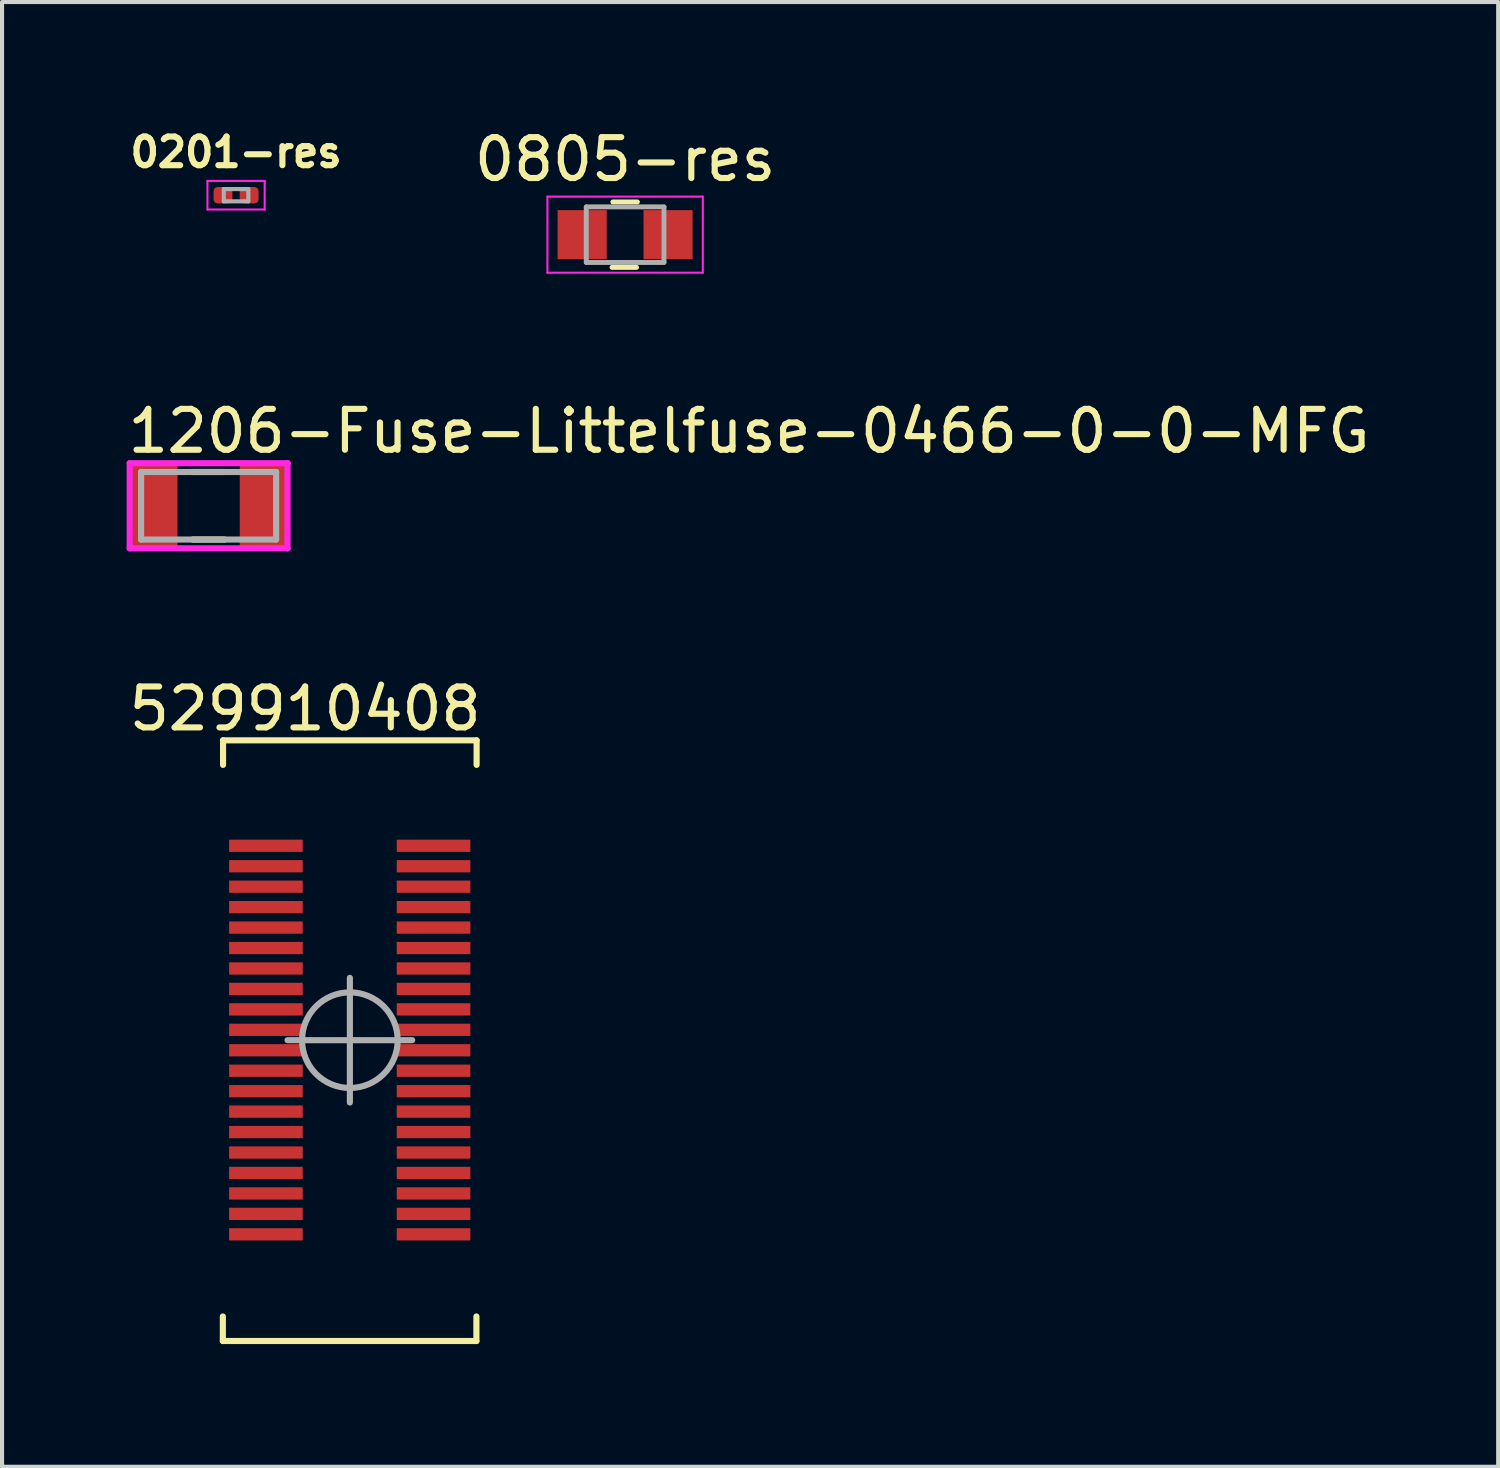
<source format=kicad_pcb>
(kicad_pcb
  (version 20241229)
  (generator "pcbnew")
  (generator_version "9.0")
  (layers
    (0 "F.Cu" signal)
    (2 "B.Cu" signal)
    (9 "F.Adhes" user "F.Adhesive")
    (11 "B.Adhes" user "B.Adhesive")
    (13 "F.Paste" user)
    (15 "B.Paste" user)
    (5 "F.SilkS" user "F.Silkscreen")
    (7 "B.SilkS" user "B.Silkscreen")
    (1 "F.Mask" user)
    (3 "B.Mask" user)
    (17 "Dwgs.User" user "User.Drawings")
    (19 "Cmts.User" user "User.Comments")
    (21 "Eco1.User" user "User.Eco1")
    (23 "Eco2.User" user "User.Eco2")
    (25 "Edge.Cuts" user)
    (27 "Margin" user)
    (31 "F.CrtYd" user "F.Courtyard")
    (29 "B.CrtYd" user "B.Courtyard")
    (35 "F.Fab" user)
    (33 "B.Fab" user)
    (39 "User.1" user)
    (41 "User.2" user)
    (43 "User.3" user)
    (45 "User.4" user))
  (footprint "0201-res"
    (layer "F.Cu")
    (at 2.722 1.723)
    (property "Reference" "0201-res" (at 0 -1.05 0) (layer "F.SilkS") (effects (font (size 0.7 0.7) (thickness 0.15))))
    (attr smd)
    (fp_line (start -0.7 -0.35) (end 0.7 -0.35) (stroke (width 0.05) (type solid)) (layer "F.CrtYd"))
    (fp_line (start -0.7 0.35) (end -0.7 -0.35) (stroke (width 0.05) (type solid)) (layer "F.CrtYd"))
    (fp_line (start 0.7 -0.35) (end 0.7 0.35) (stroke (width 0.05) (type solid)) (layer "F.CrtYd"))
    (fp_line (start 0.7 0.35) (end -0.7 0.35) (stroke (width 0.05) (type solid)) (layer "F.CrtYd"))
    (fp_line (start -0.3 -0.15) (end 0.3 -0.15) (stroke (width 0.1) (type solid)) (layer "F.Fab"))
    (fp_line (start -0.3 0.15) (end -0.3 -0.15) (stroke (width 0.1) (type solid)) (layer "F.Fab"))
    (fp_line (start 0.3 -0.15) (end 0.3 0.15) (stroke (width 0.1) (type solid)) (layer "F.Fab"))
    (fp_line (start 0.3 0.15) (end -0.3 0.15) (stroke (width 0.1) (type solid)) (layer "F.Fab"))
    (pad "" smd roundrect (at -0.345 0) (size 0.318 0.36) (layers "F.Paste") (roundrect_rratio 0.25))
    (pad "" smd roundrect (at 0.345 0) (size 0.318 0.36) (layers "F.Paste") (roundrect_rratio 0.25))
    (pad "1" smd roundrect (at -0.32 0) (size 0.46 0.4) (layers "F.Cu" "F.Mask") (roundrect_rratio 0.25))
    (pad "2" smd roundrect (at 0.32 0) (size 0.46 0.4) (layers "F.Cu" "F.Mask") (roundrect_rratio 0.25)))
  (footprint "529910408"
    (layer "F.Cu")
    (at 5.508 22.379)
    (property "Reference" "529910408" (at -1.097 -8.098 0) (layer "F.SilkS") (effects (font (size 1 1) (thickness 0.15))))
    (attr smd)
    (fp_line (start -3.109 7.361) (end -3.109 6.761) (stroke (width 0.15) (type solid)) (layer "F.SilkS"))
    (fp_line (start -3.104 -7.326) (end 3.096 -7.326) (stroke (width 0.15) (type solid)) (layer "F.SilkS"))
    (fp_line (start -3.104 -6.726) (end -3.104 -7.326) (stroke (width 0.15) (type solid)) (layer "F.SilkS"))
    (fp_line (start 3.091 6.761) (end 3.091 7.361) (stroke (width 0.15) (type solid)) (layer "F.SilkS"))
    (fp_line (start 3.091 7.361) (end -3.109 7.361) (stroke (width 0.15) (type solid)) (layer "F.SilkS"))
    (fp_line (start 3.096 -7.326) (end 3.096 -6.726) (stroke (width 0.15) (type solid)) (layer "F.SilkS"))
    (fp_line (start -0.003 0.005) (end -1.527 0.005) (stroke (width 0.15) (type solid)) (layer "F.Fab"))
    (fp_line (start -0.003 0.005) (end -0.003 -1.519) (stroke (width 0.15) (type solid)) (layer "F.Fab"))
    (fp_line (start -0.003 0.005) (end -0.003 1.529) (stroke (width 0.15) (type solid)) (layer "F.Fab"))
    (fp_line (start -0.003 0.005) (end 1.521 0.005) (stroke (width 0.15) (type solid)) (layer "F.Fab"))
    (fp_circle (center -0.003 0.005) (end 1.166 0.005) (stroke (width 0.15) (type solid)) (fill no) (layer "F.Fab"))
    (pad "1" smd rect (at -2.056 -4.748 90) (size 0.3 1.8) (layers "F.Cu" "F.Mask" "F.Paste"))
    (pad "2" smd rect (at -2.056 -4.248 90) (size 0.3 1.8) (layers "F.Cu" "F.Mask" "F.Paste"))
    (pad "3" smd rect (at -2.056 -3.748 90) (size 0.3 1.8) (layers "F.Cu" "F.Mask" "F.Paste"))
    (pad "4" smd rect (at -2.056 -3.248 90) (size 0.3 1.8) (layers "F.Cu" "F.Mask" "F.Paste"))
    (pad "5" smd rect (at -2.056 -2.748 90) (size 0.3 1.8) (layers "F.Cu" "F.Mask" "F.Paste"))
    (pad "6" smd rect (at -2.056 -2.248 90) (size 0.3 1.8) (layers "F.Cu" "F.Mask" "F.Paste"))
    (pad "7" smd rect (at -2.056 -1.748 90) (size 0.3 1.8) (layers "F.Cu" "F.Mask" "F.Paste"))
    (pad "8" smd rect (at -2.056 -1.248 90) (size 0.3 1.8) (layers "F.Cu" "F.Mask" "F.Paste"))
    (pad "9" smd rect (at -2.056 -0.748 90) (size 0.3 1.8) (layers "F.Cu" "F.Mask" "F.Paste"))
    (pad "10" smd rect (at -2.056 -0.248 90) (size 0.3 1.8) (layers "F.Cu" "F.Mask" "F.Paste"))
    (pad "11" smd rect (at -2.056 0.252 90) (size 0.3 1.8) (layers "F.Cu" "F.Mask" "F.Paste"))
    (pad "12" smd rect (at -2.056 0.752 90) (size 0.3 1.8) (layers "F.Cu" "F.Mask" "F.Paste"))
    (pad "13" smd rect (at -2.056 1.252 90) (size 0.3 1.8) (layers "F.Cu" "F.Mask" "F.Paste"))
    (pad "14" smd rect (at -2.056 1.752 90) (size 0.3 1.8) (layers "F.Cu" "F.Mask" "F.Paste"))
    (pad "15" smd rect (at -2.056 2.252 90) (size 0.3 1.8) (layers "F.Cu" "F.Mask" "F.Paste"))
    (pad "16" smd rect (at -2.056 2.752 90) (size 0.3 1.8) (layers "F.Cu" "F.Mask" "F.Paste"))
    (pad "17" smd rect (at -2.056 3.252 90) (size 0.3 1.8) (layers "F.Cu" "F.Mask" "F.Paste"))
    (pad "18" smd rect (at -2.056 3.752 90) (size 0.3 1.8) (layers "F.Cu" "F.Mask" "F.Paste"))
    (pad "19" smd rect (at -2.056 4.252 90) (size 0.3 1.8) (layers "F.Cu" "F.Mask" "F.Paste"))
    (pad "20" smd rect (at -2.056 4.752 90) (size 0.3 1.8) (layers "F.Cu" "F.Mask" "F.Paste"))
    (pad "21" smd rect (at 2.043 -4.748 90) (size 0.3 1.8) (layers "F.Cu" "F.Mask" "F.Paste"))
    (pad "22" smd rect (at 2.043 -4.248 90) (size 0.3 1.8) (layers "F.Cu" "F.Mask" "F.Paste"))
    (pad "23" smd rect (at 2.043 -3.748 90) (size 0.3 1.8) (layers "F.Cu" "F.Mask" "F.Paste"))
    (pad "24" smd rect (at 2.043 -3.248 90) (size 0.3 1.8) (layers "F.Cu" "F.Mask" "F.Paste"))
    (pad "25" smd rect (at 2.043 -2.748 90) (size 0.3 1.8) (layers "F.Cu" "F.Mask" "F.Paste"))
    (pad "26" smd rect (at 2.043 -2.248 90) (size 0.3 1.8) (layers "F.Cu" "F.Mask" "F.Paste"))
    (pad "27" smd rect (at 2.043 -1.748 90) (size 0.3 1.8) (layers "F.Cu" "F.Mask" "F.Paste"))
    (pad "28" smd rect (at 2.043 -1.248 90) (size 0.3 1.8) (layers "F.Cu" "F.Mask" "F.Paste"))
    (pad "29" smd rect (at 2.043 -0.748 90) (size 0.3 1.8) (layers "F.Cu" "F.Mask" "F.Paste"))
    (pad "30" smd rect (at 2.043 -0.248 90) (size 0.3 1.8) (layers "F.Cu" "F.Mask" "F.Paste"))
    (pad "31" smd rect (at 2.043 0.252 90) (size 0.3 1.8) (layers "F.Cu" "F.Mask" "F.Paste"))
    (pad "32" smd rect (at 2.043 0.752 90) (size 0.3 1.8) (layers "F.Cu" "F.Mask" "F.Paste"))
    (pad "33" smd rect (at 2.043 1.252 90) (size 0.3 1.8) (layers "F.Cu" "F.Mask" "F.Paste"))
    (pad "34" smd rect (at 2.043 1.752 90) (size 0.3 1.8) (layers "F.Cu" "F.Mask" "F.Paste"))
    (pad "35" smd rect (at 2.043 2.252 90) (size 0.3 1.8) (layers "F.Cu" "F.Mask" "F.Paste"))
    (pad "36" smd rect (at 2.043 2.752 90) (size 0.3 1.8) (layers "F.Cu" "F.Mask" "F.Paste"))
    (pad "37" smd rect (at 2.043 3.252 90) (size 0.3 1.8) (layers "F.Cu" "F.Mask" "F.Paste"))
    (pad "38" smd rect (at 2.043 3.752 90) (size 0.3 1.8) (layers "F.Cu" "F.Mask" "F.Paste"))
    (pad "39" smd rect (at 2.043 4.252 90) (size 0.3 1.8) (layers "F.Cu" "F.Mask" "F.Paste"))
    (pad "40" smd rect (at 2.043 4.752 90) (size 0.3 1.8) (layers "F.Cu" "F.Mask" "F.Paste")))
  (footprint "0805-res"
    (layer "F.Cu")
    (at 12.235 2.688)
    (property "Reference" "0805-res" (at 0 -1.84 0) (layer "F.SilkS") (effects (font (size 1 1) (thickness 0.15))))
    (attr smd)
    (fp_line (start -0.32 0.8) (end 0.28 0.8) (stroke (width 0.12) (type solid)) (layer "F.SilkS"))
    (fp_line (start -0.3 -0.8) (end 0.3 -0.8) (stroke (width 0.12) (type solid)) (layer "F.SilkS"))
    (fp_line (start -1.9 -0.93) (end 1.9 -0.93) (stroke (width 0.05) (type solid)) (layer "F.CrtYd"))
    (fp_line (start -1.9 0.93) (end -1.9 -0.93) (stroke (width 0.05) (type solid)) (layer "F.CrtYd"))
    (fp_line (start -1.9 0.93) (end 1.9 0.93) (stroke (width 0.05) (type solid)) (layer "F.CrtYd"))
    (fp_line (start 1.9 0.93) (end 1.9 -0.93) (stroke (width 0.05) (type solid)) (layer "F.CrtYd"))
    (fp_line (start -0.95 -0.68) (end 0.95 -0.68) (stroke (width 0.12) (type solid)) (layer "F.Fab"))
    (fp_line (start -0.95 -0.675) (end -0.95 0.675) (stroke (width 0.12) (type solid)) (layer "F.Fab"))
    (fp_line (start -0.95 0.68) (end 0.95 0.68) (stroke (width 0.12) (type solid)) (layer "F.Fab"))
    (fp_line (start 0.95 -0.675) (end 0.95 0.675) (stroke (width 0.12) (type solid)) (layer "F.Fab"))
    (pad "1" smd rect (at -1.05 0) (size 1.2 1.2) (layers "F.Cu" "F.Mask" "F.Paste"))
    (pad "2" smd rect (at 1.05 0) (size 1.2 1.2) (layers "F.Cu" "F.Mask" "F.Paste")))
  (footprint "1206-Fuse-Littelfuse-0466-0-0-MFG"
    (layer "F.Cu")
    (at 2.051 9.317)
    (property "Reference" "1206-Fuse-Littelfuse-0466-0-0-MFG" (at -2.051 -1.825 0) (layer "F.SilkS") (effects (font (size 1 1) (thickness 0.15)) (justify left)))
    (attr through_hole)
    (fp_line (start -0.387 -0.826) (end 0.387 -0.826) (stroke (width 0.15) (type solid)) (layer "F.SilkS"))
    (fp_line (start -0.387 0.826) (end 0.387 0.826) (stroke (width 0.15) (type solid)) (layer "F.SilkS"))
    (fp_line (start -1.93 -1.041) (end -1.93 1.041) (stroke (width 0.15) (type solid)) (layer "F.CrtYd"))
    (fp_line (start -1.93 1.041) (end 1.93 1.041) (stroke (width 0.15) (type solid)) (layer "F.CrtYd"))
    (fp_line (start 1.93 -1.041) (end -1.93 -1.041) (stroke (width 0.15) (type solid)) (layer "F.CrtYd"))
    (fp_line (start 1.93 -1.041) (end 1.93 -1.041) (stroke (width 0.15) (type solid)) (layer "F.CrtYd"))
    (fp_line (start 1.93 1.041) (end 1.93 -1.041) (stroke (width 0.15) (type solid)) (layer "F.CrtYd"))
    (fp_line (start -1.651 -0.826) (end 1.651 -0.826) (stroke (width 0.15) (type solid)) (layer "F.Fab"))
    (fp_line (start -1.651 0.826) (end -1.651 -0.826) (stroke (width 0.15) (type solid)) (layer "F.Fab"))
    (fp_line (start 1.651 -0.826) (end 1.651 0.826) (stroke (width 0.15) (type solid)) (layer "F.Fab"))
    (fp_line (start 1.651 0.826) (end -1.651 0.826) (stroke (width 0.15) (type solid)) (layer "F.Fab"))
    (pad "1" smd rect (at -1.333 0) (size 1.143 2.032) (layers "F.Cu" "F.Mask" "F.Paste"))
    (pad "2" smd rect (at 1.333 0) (size 1.143 2.032) (layers "F.Cu" "F.Mask" "F.Paste")))
  (gr_rect
    (start -3 -3)
    (end 33.583 32.815)
    (stroke (width 0.1) (type default))
    (fill no)
    (layer "Edge.Cuts")))
</source>
